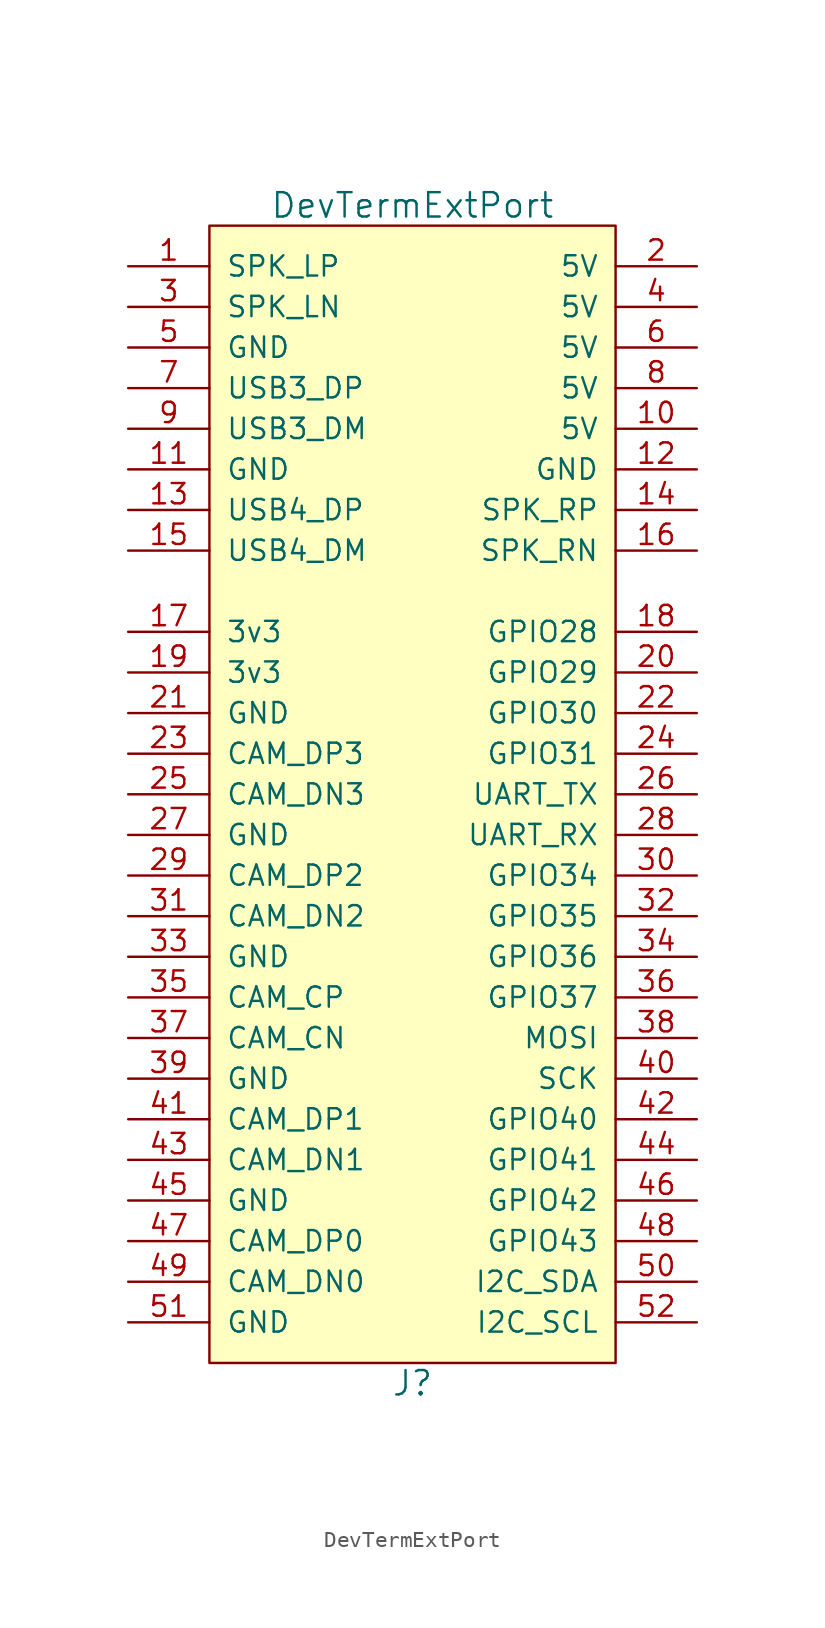
<source format=kicad_sym>
(kicad_symbol_lib
  (version 20211014)
  (generator kicad_symbol_editor)
  (symbol "DevTermExtPort"
    (pin_names
      (offset 1.016))
    (property "Reference" "J"
      (at 0 -38.1 0)
      (effects (font (size 1.524 1.524))))
    (property "Value" "DevTermExtPort"
      (at 0 35.56 0)
      (effects (font (size 1.524 1.524))))
    (symbol "DevTermExtPort_0_1"
      (rectangle (start -12.7 -36.83) (end 12.7 34.29) (stroke (width 0) (type default) (color 0 0 0 0)) (fill (type background))))
    (symbol "DevTermExtPort_1_1"
      (pin output line (at -17.78 31.75 0) (length 5.08) (name "SPK_LP" (effects (font (size 1.27 1.27)))) (number "1" (effects (font (size 1.27 1.27)))))
      (pin power_out line (at 17.78 21.59 180) (length 5.08) (name "5V" (effects (font (size 1.27 1.27)))) (number "10" (effects (font (size 1.27 1.27)))))
      (pin input line (at -17.78 19.05 0) (length 5.08) (name "GND" (effects (font (size 1.27 1.27)))) (number "11" (effects (font (size 1.27 1.27)))))
      (pin input line (at 17.78 19.05 180) (length 5.08) (name "GND" (effects (font (size 1.27 1.27)))) (number "12" (effects (font (size 1.27 1.27)))))
      (pin input line (at -17.78 16.51 0) (length 5.08) (name "USB4_DP" (effects (font (size 1.27 1.27)))) (number "13" (effects (font (size 1.27 1.27)))))
      (pin output line (at 17.78 16.51 180) (length 5.08) (name "SPK_RP" (effects (font (size 1.27 1.27)))) (number "14" (effects (font (size 1.27 1.27)))))
      (pin input line (at -17.78 13.97 0) (length 5.08) (name "USB4_DM" (effects (font (size 1.27 1.27)))) (number "15" (effects (font (size 1.27 1.27)))))
      (pin output line (at 17.78 13.97 180) (length 5.08) (name "SPK_RN" (effects (font (size 1.27 1.27)))) (number "16" (effects (font (size 1.27 1.27)))))
      (pin power_out line (at -17.78 8.89 0) (length 5.08) (name "3v3" (effects (font (size 1.27 1.27)))) (number "17" (effects (font (size 1.27 1.27)))))
      (pin bidirectional line (at 17.78 8.89 180) (length 5.08) (name "GPIO28" (effects (font (size 1.27 1.27)))) (number "18" (effects (font (size 1.27 1.27)))))
      (pin power_out line (at -17.78 6.35 0) (length 5.08) (name "3v3" (effects (font (size 1.27 1.27)))) (number "19" (effects (font (size 1.27 1.27)))))
      (pin power_out line (at 17.78 31.75 180) (length 5.08) (name "5V" (effects (font (size 1.27 1.27)))) (number "2" (effects (font (size 1.27 1.27)))))
      (pin bidirectional line (at 17.78 6.35 180) (length 5.08) (name "GPIO29" (effects (font (size 1.27 1.27)))) (number "20" (effects (font (size 1.27 1.27)))))
      (pin input line (at -17.78 3.81 0) (length 5.08) (name "GND" (effects (font (size 1.27 1.27)))) (number "21" (effects (font (size 1.27 1.27)))))
      (pin bidirectional line (at 17.78 3.81 180) (length 5.08) (name "GPIO30" (effects (font (size 1.27 1.27)))) (number "22" (effects (font (size 1.27 1.27)))))
      (pin bidirectional line (at -17.78 1.27 0) (length 5.08) (name "CAM_DP3" (effects (font (size 1.27 1.27)))) (number "23" (effects (font (size 1.27 1.27)))))
      (pin bidirectional line (at 17.78 1.27 180) (length 5.08) (name "GPIO31" (effects (font (size 1.27 1.27)))) (number "24" (effects (font (size 1.27 1.27)))))
      (pin bidirectional line (at -17.78 -1.27 0) (length 5.08) (name "CAM_DN3" (effects (font (size 1.27 1.27)))) (number "25" (effects (font (size 1.27 1.27)))))
      (pin output line (at 17.78 -1.27 180) (length 5.08) (name "UART_TX" (effects (font (size 1.27 1.27)))) (number "26" (effects (font (size 1.27 1.27)))))
      (pin input line (at -17.78 -3.81 0) (length 5.08) (name "GND" (effects (font (size 1.27 1.27)))) (number "27" (effects (font (size 1.27 1.27)))))
      (pin input line (at 17.78 -3.81 180) (length 5.08) (name "UART_RX" (effects (font (size 1.27 1.27)))) (number "28" (effects (font (size 1.27 1.27)))))
      (pin bidirectional line (at -17.78 -6.35 0) (length 5.08) (name "CAM_DP2" (effects (font (size 1.27 1.27)))) (number "29" (effects (font (size 1.27 1.27)))))
      (pin output line (at -17.78 29.21 0) (length 5.08) (name "SPK_LN" (effects (font (size 1.27 1.27)))) (number "3" (effects (font (size 1.27 1.27)))))
      (pin bidirectional line (at 17.78 -6.35 180) (length 5.08) (name "GPIO34" (effects (font (size 1.27 1.27)))) (number "30" (effects (font (size 1.27 1.27)))))
      (pin bidirectional line (at -17.78 -8.89 0) (length 5.08) (name "CAM_DN2" (effects (font (size 1.27 1.27)))) (number "31" (effects (font (size 1.27 1.27)))))
      (pin bidirectional line (at 17.78 -8.89 180) (length 5.08) (name "GPIO35" (effects (font (size 1.27 1.27)))) (number "32" (effects (font (size 1.27 1.27)))))
      (pin input line (at -17.78 -11.43 0) (length 5.08) (name "GND" (effects (font (size 1.27 1.27)))) (number "33" (effects (font (size 1.27 1.27)))))
      (pin bidirectional line (at 17.78 -11.43 180) (length 5.08) (name "GPIO36" (effects (font (size 1.27 1.27)))) (number "34" (effects (font (size 1.27 1.27)))))
      (pin bidirectional line (at -17.78 -13.97 0) (length 5.08) (name "CAM_CP" (effects (font (size 1.27 1.27)))) (number "35" (effects (font (size 1.27 1.27)))))
      (pin bidirectional line (at 17.78 -13.97 180) (length 5.08) (name "GPIO37" (effects (font (size 1.27 1.27)))) (number "36" (effects (font (size 1.27 1.27)))))
      (pin bidirectional line (at -17.78 -16.51 0) (length 5.08) (name "CAM_CN" (effects (font (size 1.27 1.27)))) (number "37" (effects (font (size 1.27 1.27)))))
      (pin bidirectional line (at 17.78 -16.51 180) (length 5.08) (name "MOSI" (effects (font (size 1.27 1.27)))) (number "38" (effects (font (size 1.27 1.27)))))
      (pin input line (at -17.78 -19.05 0) (length 5.08) (name "GND" (effects (font (size 1.27 1.27)))) (number "39" (effects (font (size 1.27 1.27)))))
      (pin power_out line (at 17.78 29.21 180) (length 5.08) (name "5V" (effects (font (size 1.27 1.27)))) (number "4" (effects (font (size 1.27 1.27)))))
      (pin bidirectional line (at 17.78 -19.05 180) (length 5.08) (name "SCK" (effects (font (size 1.27 1.27)))) (number "40" (effects (font (size 1.27 1.27)))))
      (pin bidirectional line (at -17.78 -21.59 0) (length 5.08) (name "CAM_DP1" (effects (font (size 1.27 1.27)))) (number "41" (effects (font (size 1.27 1.27)))))
      (pin bidirectional line (at 17.78 -21.59 180) (length 5.08) (name "GPIO40" (effects (font (size 1.27 1.27)))) (number "42" (effects (font (size 1.27 1.27)))))
      (pin bidirectional line (at -17.78 -24.13 0) (length 5.08) (name "CAM_DN1" (effects (font (size 1.27 1.27)))) (number "43" (effects (font (size 1.27 1.27)))))
      (pin bidirectional line (at 17.78 -24.13 180) (length 5.08) (name "GPIO41" (effects (font (size 1.27 1.27)))) (number "44" (effects (font (size 1.27 1.27)))))
      (pin input line (at -17.78 -26.67 0) (length 5.08) (name "GND" (effects (font (size 1.27 1.27)))) (number "45" (effects (font (size 1.27 1.27)))))
      (pin bidirectional line (at 17.78 -26.67 180) (length 5.08) (name "GPIO42" (effects (font (size 1.27 1.27)))) (number "46" (effects (font (size 1.27 1.27)))))
      (pin bidirectional line (at -17.78 -29.21 0) (length 5.08) (name "CAM_DP0" (effects (font (size 1.27 1.27)))) (number "47" (effects (font (size 1.27 1.27)))))
      (pin bidirectional line (at 17.78 -29.21 180) (length 5.08) (name "GPIO43" (effects (font (size 1.27 1.27)))) (number "48" (effects (font (size 1.27 1.27)))))
      (pin bidirectional line (at -17.78 -31.75 0) (length 5.08) (name "CAM_DN0" (effects (font (size 1.27 1.27)))) (number "49" (effects (font (size 1.27 1.27)))))
      (pin input line (at -17.78 26.67 0) (length 5.08) (name "GND" (effects (font (size 1.27 1.27)))) (number "5" (effects (font (size 1.27 1.27)))))
      (pin bidirectional line (at 17.78 -31.75 180) (length 5.08) (name "I2C_SDA" (effects (font (size 1.27 1.27)))) (number "50" (effects (font (size 1.27 1.27)))))
      (pin input line (at -17.78 -34.29 0) (length 5.08) (name "GND" (effects (font (size 1.27 1.27)))) (number "51" (effects (font (size 1.27 1.27)))))
      (pin bidirectional line (at 17.78 -34.29 180) (length 5.08) (name "I2C_SCL" (effects (font (size 1.27 1.27)))) (number "52" (effects (font (size 1.27 1.27)))))
      (pin power_out line (at 17.78 26.67 180) (length 5.08) (name "5V" (effects (font (size 1.27 1.27)))) (number "6" (effects (font (size 1.27 1.27)))))
      (pin input line (at -17.78 24.13 0) (length 5.08) (name "USB3_DP" (effects (font (size 1.27 1.27)))) (number "7" (effects (font (size 1.27 1.27)))))
      (pin power_out line (at 17.78 24.13 180) (length 5.08) (name "5V" (effects (font (size 1.27 1.27)))) (number "8" (effects (font (size 1.27 1.27)))))
      (pin input line (at -17.78 21.59 0) (length 5.08) (name "USB3_DM" (effects (font (size 1.27 1.27)))) (number "9" (effects (font (size 1.27 1.27))))))))
</source>
